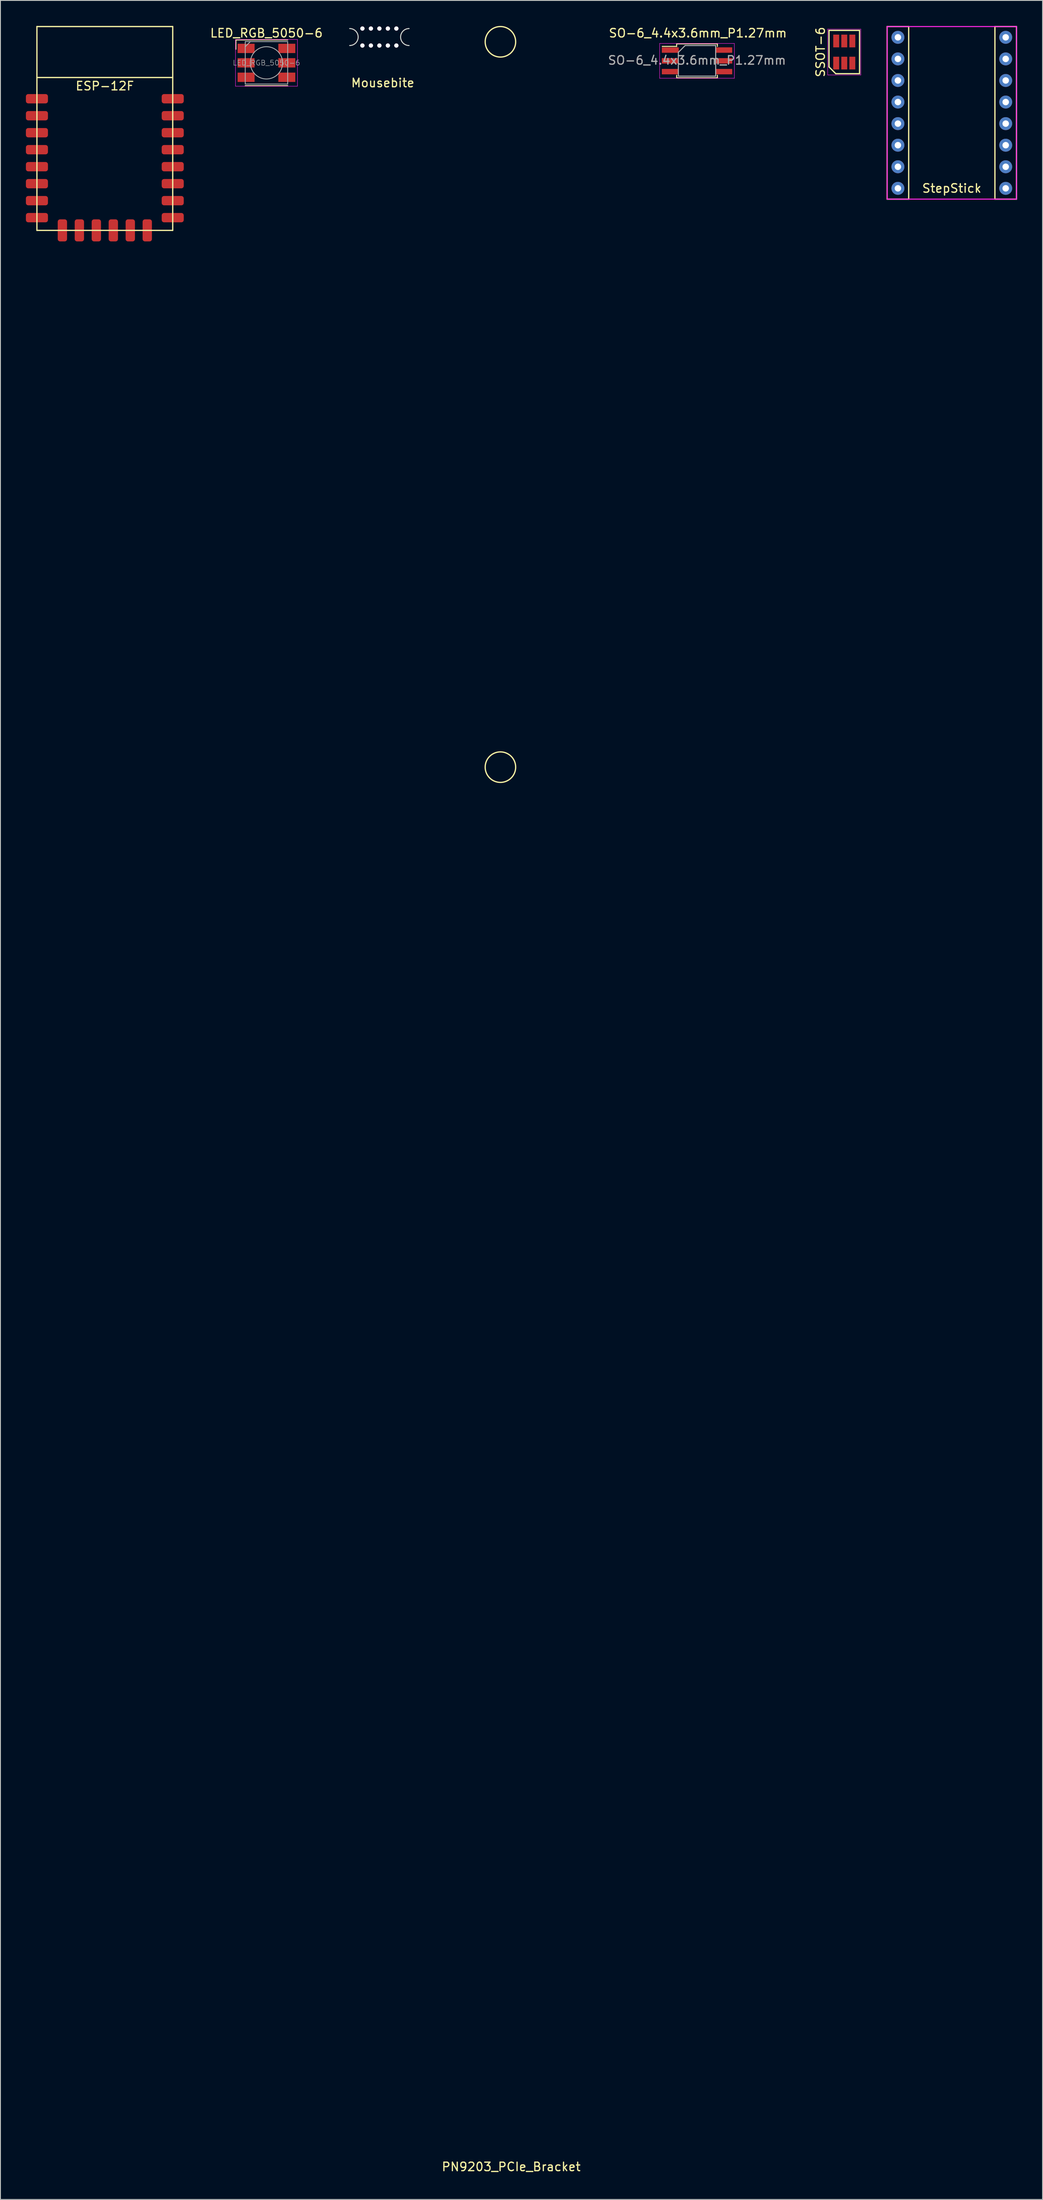
<source format=kicad_pcb>
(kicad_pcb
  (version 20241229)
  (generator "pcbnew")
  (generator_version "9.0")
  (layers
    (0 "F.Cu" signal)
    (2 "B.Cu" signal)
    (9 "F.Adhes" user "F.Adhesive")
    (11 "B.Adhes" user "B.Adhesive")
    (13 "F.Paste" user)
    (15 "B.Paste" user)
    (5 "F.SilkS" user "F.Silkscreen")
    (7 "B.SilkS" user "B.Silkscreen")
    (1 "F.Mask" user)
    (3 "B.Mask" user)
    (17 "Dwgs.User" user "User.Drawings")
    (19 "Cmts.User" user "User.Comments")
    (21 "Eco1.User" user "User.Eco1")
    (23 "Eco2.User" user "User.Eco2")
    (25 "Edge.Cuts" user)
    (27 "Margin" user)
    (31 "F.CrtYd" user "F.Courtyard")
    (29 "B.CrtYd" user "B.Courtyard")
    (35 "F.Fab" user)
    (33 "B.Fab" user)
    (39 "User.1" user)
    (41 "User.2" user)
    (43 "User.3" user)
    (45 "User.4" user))
  (footprint "SSOT-6"
    (layer "F.Cu")
    (at 96.421 3.077)
    (property "Reference" "SSOT-6" (at -2.8 0 90) (layer "F.SilkS") (effects (font (size 1 1) (thickness 0.15))))
    (attr smd)
    (fp_line (start -1.8 -2.55) (end 1.8 -2.55) (stroke (width 0.15) (type solid)) (layer "F.SilkS"))
    (fp_line (start -1.8 1.75) (end -1.8 -2.55) (stroke (width 0.15) (type solid)) (layer "F.SilkS"))
    (fp_line (start -1 2.55) (end -1.8 1.75) (stroke (width 0.15) (type solid)) (layer "F.SilkS"))
    (fp_line (start 1.8 -2.55) (end 1.8 2.55) (stroke (width 0.15) (type solid)) (layer "F.SilkS"))
    (fp_line (start 1.8 2.55) (end -1 2.55) (stroke (width 0.15) (type solid)) (layer "F.SilkS"))
    (fp_line (start -1.95 -2.7) (end 1.95 -2.7) (stroke (width 0.05) (type solid)) (layer "F.CrtYd"))
    (fp_line (start -1.95 2.7) (end -1.95 -2.7) (stroke (width 0.05) (type solid)) (layer "F.CrtYd"))
    (fp_line (start 1.95 -2.7) (end 1.95 2.7) (stroke (width 0.05) (type solid)) (layer "F.CrtYd"))
    (fp_line (start 1.95 2.7) (end -1.95 2.7) (stroke (width 0.05) (type solid)) (layer "F.CrtYd"))
    (pad "1" smd rect (at -0.95 1.3) (size 0.7 1.5) (layers "F.Cu" "F.Mask" "F.Paste"))
    (pad "2" smd rect (at 0 1.3) (size 0.7 1.5) (layers "F.Cu" "F.Mask" "F.Paste"))
    (pad "3" smd rect (at 0.95 1.3) (size 0.7 1.5) (layers "F.Cu" "F.Mask" "F.Paste"))
    (pad "4" smd rect (at 0.95 -1.3) (size 0.7 1.5) (layers "F.Cu" "F.Mask" "F.Paste"))
    (pad "5" smd rect (at 0 -1.3) (size 0.7 1.5) (layers "F.Cu" "F.Mask" "F.Paste"))
    (pad "6" smd rect (at -0.95 -1.3) (size 0.7 1.5) (layers "F.Cu" "F.Mask" "F.Paste")))
  (footprint "PN9203_PCIe_Bracket"
    (layer "F.Cu")
    (at 55.909 1.871)
    (property "Reference" "PN9203_PCIe_Bracket" (at 1.27 250.19 0) (layer "F.SilkS") (effects (font (size 1 1) (thickness 0.15))))
    (attr through_hole)
    (fp_circle (center 0 0) (end 1.27 -1.27) (stroke (width 0.15) (type solid)) (fill no) (layer "F.SilkS"))
    (fp_circle (center 0 85.4) (end 1.796 85.4) (stroke (width 0.15) (type solid)) (fill no) (layer "F.SilkS")))
  (footprint "LED_RGB_5050-6"
    (layer "F.Cu")
    (at 28.344 4.348)
    (property "Reference" "LED_RGB_5050-6" (at 0 -3.5 180) (layer "F.SilkS") (effects (font (size 1 1) (thickness 0.15))))
    (attr smd)
    (fp_line (start -3.6 -2.7) (end 2.5 -2.7) (stroke (width 0.12) (type solid)) (layer "F.SilkS"))
    (fp_line (start -3.6 -1.6) (end -3.6 -2.7) (stroke (width 0.12) (type solid)) (layer "F.SilkS"))
    (fp_line (start 2.5 2.7) (end -2.5 2.7) (stroke (width 0.12) (type solid)) (layer "F.SilkS"))
    (fp_line (start -3.65 -2.75) (end -3.65 2.75) (stroke (width 0.05) (type solid)) (layer "F.CrtYd"))
    (fp_line (start -3.65 2.75) (end 3.65 2.75) (stroke (width 0.05) (type solid)) (layer "F.CrtYd"))
    (fp_line (start 3.65 -2.75) (end -3.65 -2.75) (stroke (width 0.05) (type solid)) (layer "F.CrtYd"))
    (fp_line (start 3.65 2.75) (end 3.65 -2.75) (stroke (width 0.05) (type solid)) (layer "F.CrtYd"))
    (fp_line (start -2.5 -2.5) (end -2.5 2.5) (stroke (width 0.1) (type solid)) (layer "F.Fab"))
    (fp_line (start -2.5 -1.9) (end -1.9 -2.5) (stroke (width 0.1) (type solid)) (layer "F.Fab"))
    (fp_line (start -2.5 2.5) (end 2.5 2.5) (stroke (width 0.1) (type solid)) (layer "F.Fab"))
    (fp_line (start 2.5 -2.5) (end -2.5 -2.5) (stroke (width 0.1) (type solid)) (layer "F.Fab"))
    (fp_line (start 2.5 2.5) (end 2.5 -2.5) (stroke (width 0.1) (type solid)) (layer "F.Fab"))
    (fp_circle (center 0 0) (end 0 -1.9) (stroke (width 0.1) (type solid)) (fill no) (layer "F.Fab"))
    (fp_text user "${REFERENCE}" (at 0 0 180) (layer "F.Fab") (effects (font (size 0.6 0.6) (thickness 0.06))))
    (pad "1" smd rect (at -2.4 -1.7 90) (size 1.1 2) (layers "F.Cu" "F.Mask" "F.Paste"))
    (pad "2" smd rect (at -2.4 0 90) (size 1.1 2) (layers "F.Cu" "F.Mask" "F.Paste"))
    (pad "3" smd rect (at -2.4 1.7 90) (size 1.1 2) (layers "F.Cu" "F.Mask" "F.Paste"))
    (pad "4" smd rect (at 2.4 1.7 90) (size 1.1 2) (layers "F.Cu" "F.Mask" "F.Paste"))
    (pad "5" smd rect (at 2.4 0 90) (size 1.1 2) (layers "F.Cu" "F.Mask" "F.Paste"))
    (pad "6" smd rect (at 2.4 -1.7 90) (size 1.1 2) (layers "F.Cu" "F.Mask" "F.Paste")))
  (footprint "Mousebite"
    (layer "F.Cu")
    (at 41.648 1.31)
    (property "Reference" "Mousebite" (at 0.4 5.4 0) (layer "F.SilkS") (effects (font (size 1 1) (thickness 0.15))))
    (attr through_hole)
    (fp_line (start 3.5 -1.25) (end -3.5 -1.25) (stroke (width 0.12) (type solid)) (layer "Eco1.User"))
    (fp_arc (start -3.5 -1) (mid -2.5 0) (end -3.5 1) (stroke (width 0.12) (type solid)) (layer "Edge.Cuts"))
    (fp_arc (start 3.5 1) (mid 2.5 0) (end 3.5 -1) (stroke (width 0.12) (type solid)) (layer "Edge.Cuts"))
    (pad "" thru_hole circle (at -2 -1) (size 0.5 0.5) (drill 0.5) (layers "*.Cu" "*.Mask"))
    (pad "" thru_hole circle (at -2 1 180) (size 0.5 0.5) (drill 0.5) (layers "*.Cu" "*.Mask"))
    (pad "" thru_hole circle (at -1 -1) (size 0.5 0.5) (drill 0.5) (layers "*.Cu" "*.Mask"))
    (pad "" thru_hole circle (at -1 1 180) (size 0.5 0.5) (drill 0.5) (layers "*.Cu" "*.Mask"))
    (pad "" thru_hole circle (at 0 -1) (size 0.5 0.5) (drill 0.5) (layers "*.Cu" "*.Mask"))
    (pad "" thru_hole circle (at 0 1 180) (size 0.5 0.5) (drill 0.5) (layers "*.Cu" "*.Mask"))
    (pad "" thru_hole circle (at 1 -1) (size 0.5 0.5) (drill 0.5) (layers "*.Cu" "*.Mask"))
    (pad "" thru_hole circle (at 1 1 180) (size 0.5 0.5) (drill 0.5) (layers "*.Cu" "*.Mask"))
    (pad "" thru_hole circle (at 2 -1) (size 0.5 0.5) (drill 0.5) (layers "*.Cu" "*.Mask"))
    (pad "" thru_hole circle (at 2 1 180) (size 0.5 0.5) (drill 0.5) (layers "*.Cu" "*.Mask")))
  (footprint "SO-6_4.4x3.6mm_P1.27mm"
    (layer "F.Cu")
    (at 79.072 4.113)
    (property "Reference" "SO-6_4.4x3.6mm_P1.27mm" (at 0.1 -3.265 0) (layer "F.SilkS") (effects (font (size 1 1) (thickness 0.15))))
    (attr smd)
    (fp_line (start -2.4 -2) (end 2.4 -2) (stroke (width 0.12) (type solid)) (layer "F.SilkS"))
    (fp_line (start -2.4 -1.7) (end -4.1 -1.7) (stroke (width 0.12) (type solid)) (layer "F.SilkS"))
    (fp_line (start -2.4 -1.7) (end -2.4 -2) (stroke (width 0.12) (type solid)) (layer "F.SilkS"))
    (fp_line (start -2.4 2) (end -2.4 1.7) (stroke (width 0.12) (type solid)) (layer "F.SilkS"))
    (fp_line (start 2.4 -2) (end 2.4 -1.7) (stroke (width 0.12) (type solid)) (layer "F.SilkS"))
    (fp_line (start 2.4 1.7) (end 2.4 2) (stroke (width 0.12) (type solid)) (layer "F.SilkS"))
    (fp_line (start 2.4 2) (end -2.4 2) (stroke (width 0.12) (type solid)) (layer "F.SilkS"))
    (fp_line (start -4.4 -2.05) (end -4.4 2.05) (stroke (width 0.05) (type solid)) (layer "F.CrtYd"))
    (fp_line (start -4.4 -2.05) (end 4.4 -2.05) (stroke (width 0.05) (type solid)) (layer "F.CrtYd"))
    (fp_line (start 4.4 2.05) (end -4.4 2.05) (stroke (width 0.05) (type solid)) (layer "F.CrtYd"))
    (fp_line (start 4.4 2.05) (end 4.4 -2.05) (stroke (width 0.05) (type solid)) (layer "F.CrtYd"))
    (fp_line (start -2.2 -1) (end -1.4 -1.8) (stroke (width 0.12) (type solid)) (layer "F.Fab"))
    (fp_line (start -2.2 1.8) (end -2.2 -1) (stroke (width 0.12) (type solid)) (layer "F.Fab"))
    (fp_line (start -1.4 -1.8) (end 2.2 -1.8) (stroke (width 0.12) (type solid)) (layer "F.Fab"))
    (fp_line (start 2.2 -1.8) (end 2.2 1.8) (stroke (width 0.12) (type solid)) (layer "F.Fab"))
    (fp_line (start 2.2 1.8) (end -2.2 1.8) (stroke (width 0.12) (type solid)) (layer "F.Fab"))
    (fp_text user "${REFERENCE}" (at 0 -0.065 0) (layer "F.Fab") (effects (font (size 1 1) (thickness 0.15))))
    (pad "1" smd rect (at -3.15 -1.27) (size 2 0.64) (layers "F.Cu" "F.Mask" "F.Paste"))
    (pad "2" smd rect (at -3.15 0) (size 2 0.64) (layers "F.Cu" "F.Mask" "F.Paste"))
    (pad "3" smd rect (at -3.15 1.27) (size 2 0.64) (layers "F.Cu" "F.Mask" "F.Paste"))
    (pad "4" smd rect (at 3.15 1.27) (size 2 0.64) (layers "F.Cu" "F.Mask" "F.Paste"))
    (pad "5" smd rect (at 3.15 0) (size 2 0.64) (layers "F.Cu" "F.Mask" "F.Paste"))
    (pad "6" smd rect (at 3.15 -1.27) (size 2 0.64) (layers "F.Cu" "F.Mask" "F.Paste")))
  (footprint "StepStick"
    (layer "F.Cu")
    (at 109.091 10.235)
    (property "Reference" "StepStick" (at 0 8.89 0) (layer "F.SilkS") (effects (font (size 1 1) (thickness 0.15))))
    (attr through_hole)
    (fp_line (start -7.62 -10.16) (end -7.62 10.16) (stroke (width 0.15) (type solid)) (layer "F.SilkS"))
    (fp_line (start -7.62 10.16) (end -5.08 10.16) (stroke (width 0.15) (type solid)) (layer "F.SilkS"))
    (fp_line (start -5.08 -10.16) (end -7.62 -10.16) (stroke (width 0.15) (type solid)) (layer "F.SilkS"))
    (fp_line (start -5.08 10.16) (end -5.08 -10.16) (stroke (width 0.15) (type solid)) (layer "F.SilkS"))
    (fp_line (start 5.08 -10.16) (end 5.08 10.16) (stroke (width 0.15) (type solid)) (layer "F.SilkS"))
    (fp_line (start 5.08 10.16) (end 7.62 10.16) (stroke (width 0.15) (type solid)) (layer "F.SilkS"))
    (fp_line (start 7.62 -10.16) (end 5.08 -10.16) (stroke (width 0.15) (type solid)) (layer "F.SilkS"))
    (fp_line (start 7.62 10.16) (end 7.62 -10.16) (stroke (width 0.15) (type solid)) (layer "F.SilkS"))
    (fp_line (start -7.62 -10.16) (end -7.62 10.16) (stroke (width 0.12) (type solid)) (layer "F.CrtYd"))
    (fp_line (start -7.62 10.16) (end 7.62 10.16) (stroke (width 0.12) (type solid)) (layer "F.CrtYd"))
    (fp_line (start 7.62 -10.16) (end -7.62 -10.16) (stroke (width 0.12) (type solid)) (layer "F.CrtYd"))
    (fp_line (start 7.62 10.16) (end 7.62 -10.16) (stroke (width 0.12) (type solid)) (layer "F.CrtYd"))
    (pad "1" thru_hole circle (at -6.35 -8.89) (size 1.524 1.524) (drill 0.762) (layers "*.Cu" "*.Mask"))
    (pad "2" thru_hole circle (at -6.35 -6.35) (size 1.524 1.524) (drill 0.762) (layers "*.Cu" "*.Mask"))
    (pad "3" thru_hole circle (at -6.35 -3.81) (size 1.524 1.524) (drill 0.762) (layers "*.Cu" "*.Mask"))
    (pad "4" thru_hole circle (at -6.35 -1.27) (size 1.524 1.524) (drill 0.762) (layers "*.Cu" "*.Mask"))
    (pad "5" thru_hole circle (at -6.35 1.27) (size 1.524 1.524) (drill 0.762) (layers "*.Cu" "*.Mask"))
    (pad "6" thru_hole circle (at -6.35 3.81) (size 1.524 1.524) (drill 0.762) (layers "*.Cu" "*.Mask"))
    (pad "7" thru_hole circle (at -6.35 6.35) (size 1.524 1.524) (drill 0.762) (layers "*.Cu" "*.Mask"))
    (pad "8" thru_hole circle (at -6.35 8.89) (size 1.524 1.524) (drill 0.762) (layers "*.Cu" "*.Mask"))
    (pad "9" thru_hole circle (at 6.35 8.89) (size 1.524 1.524) (drill 0.762) (layers "*.Cu" "*.Mask"))
    (pad "10" thru_hole circle (at 6.35 6.35) (size 1.524 1.524) (drill 0.762) (layers "*.Cu" "*.Mask"))
    (pad "11" thru_hole circle (at 6.35 3.81) (size 1.524 1.524) (drill 0.762) (layers "*.Cu" "*.Mask"))
    (pad "12" thru_hole circle (at 6.35 1.27) (size 1.524 1.524) (drill 0.762) (layers "*.Cu" "*.Mask"))
    (pad "13" thru_hole circle (at 6.35 -1.27) (size 1.524 1.524) (drill 0.762) (layers "*.Cu" "*.Mask"))
    (pad "14" thru_hole circle (at 6.35 -3.81) (size 1.524 1.524) (drill 0.762) (layers "*.Cu" "*.Mask"))
    (pad "15" thru_hole circle (at 6.35 -6.35) (size 1.524 1.524) (drill 0.762) (layers "*.Cu" "*.Mask"))
    (pad "16" thru_hole circle (at 6.35 -8.89) (size 1.524 1.524) (drill 0.762) (layers "*.Cu" "*.Mask")))
  (footprint "ESP-12F"
    (layer "F.Cu")
    (at 9.3 24.075)
    (property "Reference" "ESP-12F" (at 0 -17 0) (layer "F.SilkS") (effects (font (size 1 1) (thickness 0.15))))
    (attr through_hole)
    (fp_line (start -8 -24) (end 8 -24) (stroke (width 0.15) (type solid)) (layer "F.SilkS"))
    (fp_line (start -8 -18) (end 8 -18) (stroke (width 0.15) (type solid)) (layer "F.SilkS"))
    (fp_line (start -8 0) (end -8 -24) (stroke (width 0.15) (type solid)) (layer "F.SilkS"))
    (fp_line (start 8 -24) (end 8 0) (stroke (width 0.15) (type solid)) (layer "F.SilkS"))
    (fp_line (start 8 0) (end -8 0) (stroke (width 0.15) (type solid)) (layer "F.SilkS"))
    (pad "1" smd roundrect (at -8 -15.5) (size 2.6 1.1) (layers "F.Cu" "F.Mask" "F.Paste") (roundrect_rratio 0.25))
    (pad "2" smd roundrect (at -8 -13.5) (size 2.6 1.1) (layers "F.Cu" "F.Mask" "F.Paste") (roundrect_rratio 0.25))
    (pad "3" smd roundrect (at -8 -11.5) (size 2.6 1.1) (layers "F.Cu" "F.Mask" "F.Paste") (roundrect_rratio 0.25))
    (pad "4" smd roundrect (at -8 -9.5) (size 2.6 1.1) (layers "F.Cu" "F.Mask" "F.Paste") (roundrect_rratio 0.25))
    (pad "5" smd roundrect (at -8 -7.5) (size 2.6 1.1) (layers "F.Cu" "F.Mask" "F.Paste") (roundrect_rratio 0.25))
    (pad "6" smd roundrect (at -8 -5.5) (size 2.6 1.1) (layers "F.Cu" "F.Mask" "F.Paste") (roundrect_rratio 0.25))
    (pad "7" smd roundrect (at -8 -3.5) (size 2.6 1.1) (layers "F.Cu" "F.Mask" "F.Paste") (roundrect_rratio 0.25))
    (pad "8" smd roundrect (at -8 -1.5) (size 2.6 1.1) (layers "F.Cu" "F.Mask" "F.Paste") (roundrect_rratio 0.25))
    (pad "9" smd roundrect (at -5 0 270) (size 2.6 1.1) (layers "F.Cu" "F.Mask" "F.Paste") (roundrect_rratio 0.25))
    (pad "10" smd roundrect (at -3 0 270) (size 2.6 1.1) (layers "F.Cu" "F.Mask" "F.Paste") (roundrect_rratio 0.25))
    (pad "11" smd roundrect (at -1 0 270) (size 2.6 1.1) (layers "F.Cu" "F.Mask" "F.Paste") (roundrect_rratio 0.25))
    (pad "12" smd roundrect (at 1 0 270) (size 2.6 1.1) (layers "F.Cu" "F.Mask" "F.Paste") (roundrect_rratio 0.25))
    (pad "13" smd roundrect (at 3 0 270) (size 2.6 1.1) (layers "F.Cu" "F.Mask" "F.Paste") (roundrect_rratio 0.25))
    (pad "14" smd roundrect (at 5 0 270) (size 2.6 1.1) (layers "F.Cu" "F.Mask" "F.Paste") (roundrect_rratio 0.25))
    (pad "15" smd roundrect (at 8 -1.5) (size 2.6 1.1) (layers "F.Cu" "F.Mask" "F.Paste") (roundrect_rratio 0.25))
    (pad "16" smd roundrect (at 8 -3.5) (size 2.6 1.1) (layers "F.Cu" "F.Mask" "F.Paste") (roundrect_rratio 0.25))
    (pad "17" smd roundrect (at 8 -5.5) (size 2.6 1.1) (layers "F.Cu" "F.Mask" "F.Paste") (roundrect_rratio 0.25))
    (pad "18" smd roundrect (at 8 -7.5) (size 2.6 1.1) (layers "F.Cu" "F.Mask" "F.Paste") (roundrect_rratio 0.25))
    (pad "19" smd roundrect (at 8 -9.5) (size 2.6 1.1) (layers "F.Cu" "F.Mask" "F.Paste") (roundrect_rratio 0.25))
    (pad "20" smd roundrect (at 8 -11.5) (size 2.6 1.1) (layers "F.Cu" "F.Mask" "F.Paste") (roundrect_rratio 0.25))
    (pad "21" smd roundrect (at 8 -13.5) (size 2.6 1.1) (layers "F.Cu" "F.Mask" "F.Paste") (roundrect_rratio 0.25))
    (pad "22" smd roundrect (at 8 -15.5) (size 2.6 1.1) (layers "F.Cu" "F.Mask" "F.Paste") (roundrect_rratio 0.25)))
  (gr_rect
    (start -3 -3)
    (end 119.786 255.909)
    (stroke (width 0.1) (type default))
    (fill no)
    (layer "Edge.Cuts")))
</source>
